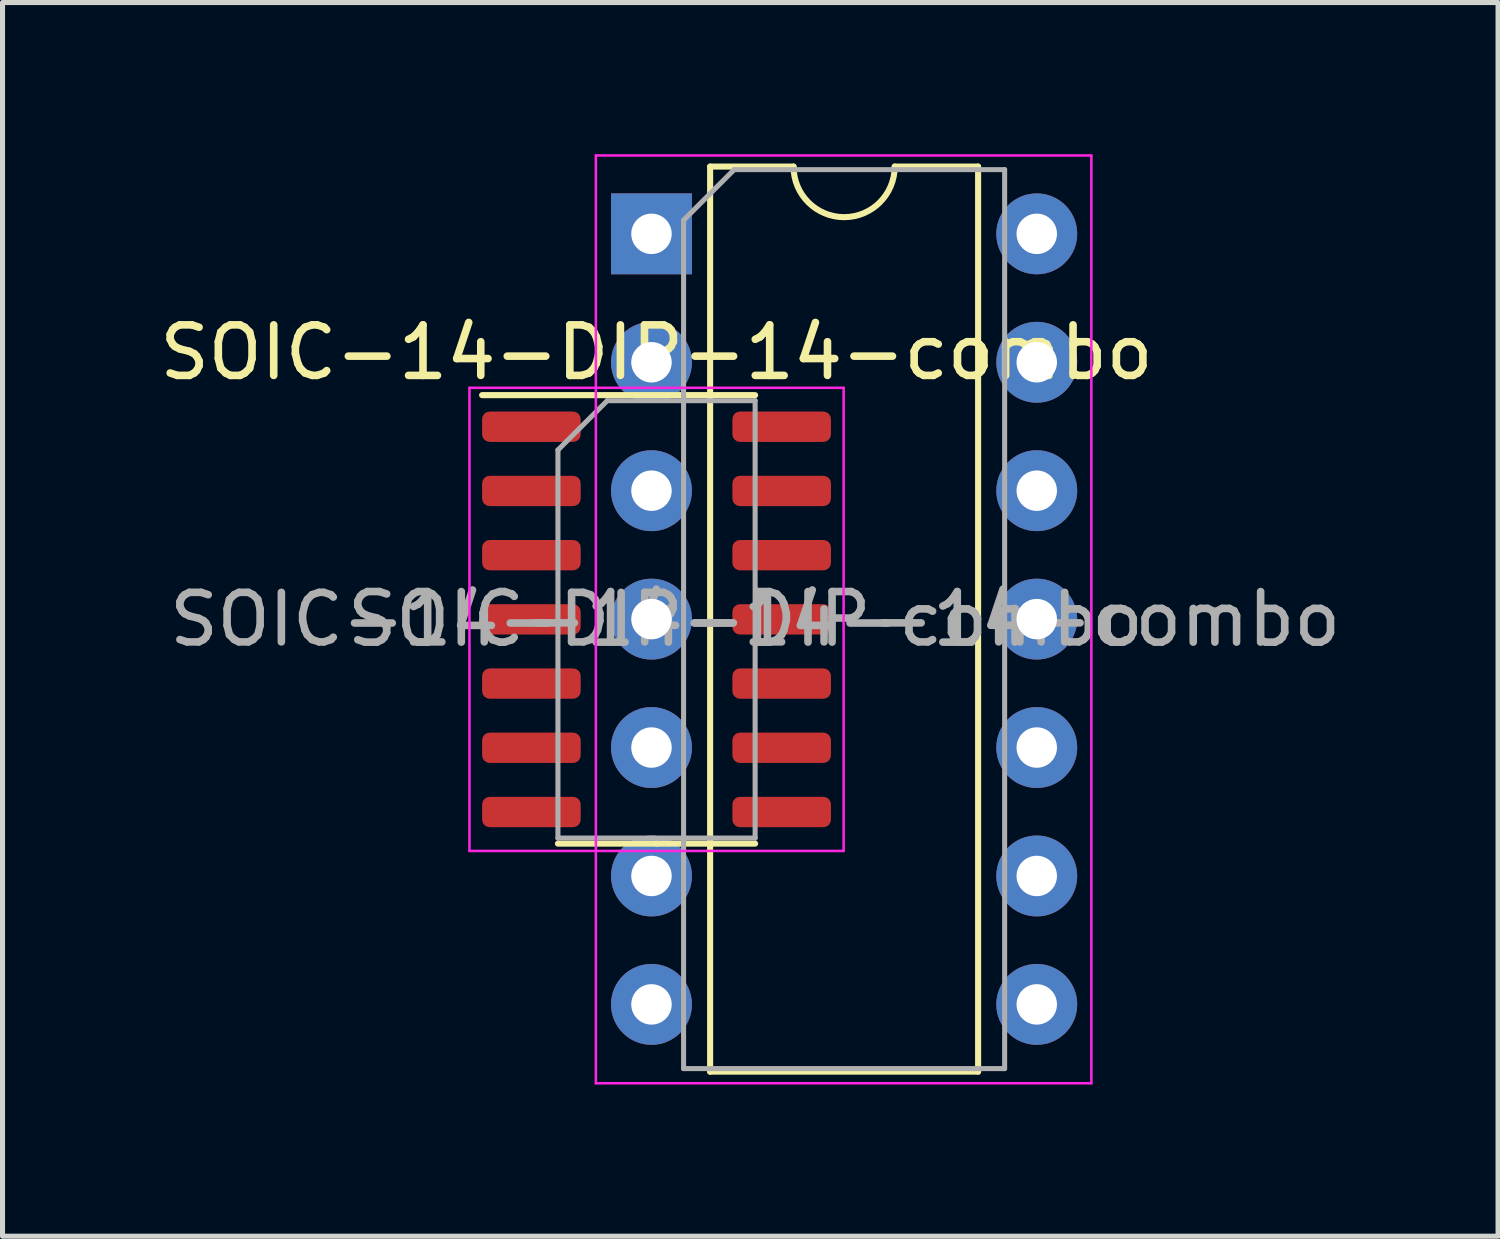
<source format=kicad_pcb>
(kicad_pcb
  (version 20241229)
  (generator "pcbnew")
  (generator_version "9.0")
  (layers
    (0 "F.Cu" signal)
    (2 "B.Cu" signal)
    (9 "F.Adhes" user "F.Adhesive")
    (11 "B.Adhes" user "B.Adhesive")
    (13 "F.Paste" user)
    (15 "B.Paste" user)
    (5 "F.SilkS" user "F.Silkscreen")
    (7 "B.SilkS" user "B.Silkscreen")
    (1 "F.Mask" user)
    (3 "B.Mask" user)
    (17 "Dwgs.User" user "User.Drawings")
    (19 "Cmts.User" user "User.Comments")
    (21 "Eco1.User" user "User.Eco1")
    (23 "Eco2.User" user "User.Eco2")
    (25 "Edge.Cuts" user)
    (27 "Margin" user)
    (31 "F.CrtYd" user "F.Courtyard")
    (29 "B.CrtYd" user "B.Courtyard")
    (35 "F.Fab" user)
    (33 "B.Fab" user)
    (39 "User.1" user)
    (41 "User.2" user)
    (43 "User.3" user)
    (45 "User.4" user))
  (footprint "SOIC-14-DIP-14-combo"
    (layer "F.Cu")
    (at 9.935 9.2)
    (property "Reference" "SOIC-14-DIP-14-combo" (at 0 -5.28 0) (layer "F.SilkS") (effects (font (size 1 1) (thickness 0.15))))
    (attr smd)
    (fp_line (start 0 -4.435) (end -3.45 -4.435) (stroke (width 0.12) (type solid)) (layer "F.SilkS"))
    (fp_line (start 0 -4.435) (end 1.95 -4.435) (stroke (width 0.12) (type solid)) (layer "F.SilkS"))
    (fp_line (start 0 4.435) (end -1.95 4.435) (stroke (width 0.12) (type solid)) (layer "F.SilkS"))
    (fp_line (start 0 4.435) (end 1.95 4.435) (stroke (width 0.12) (type solid)) (layer "F.SilkS"))
    (fp_line (start 1.06 -8.955) (end 1.06 8.945) (stroke (width 0.12) (type solid)) (layer "F.SilkS"))
    (fp_line (start 1.06 8.945) (end 6.36 8.945) (stroke (width 0.12) (type solid)) (layer "F.SilkS"))
    (fp_line (start 2.71 -8.955) (end 1.06 -8.955) (stroke (width 0.12) (type solid)) (layer "F.SilkS"))
    (fp_line (start 6.36 -8.955) (end 4.71 -8.955) (stroke (width 0.12) (type solid)) (layer "F.SilkS"))
    (fp_line (start 6.36 8.945) (end 6.36 -8.955) (stroke (width 0.12) (type solid)) (layer "F.SilkS"))
    (fp_arc (start 4.71 -8.955) (mid 3.71 -7.955) (end 2.71 -8.955) (stroke (width 0.12) (type solid)) (layer "F.SilkS"))
    (fp_line (start -3.7 -4.58) (end -3.7 4.58) (stroke (width 0.05) (type solid)) (layer "F.CrtYd"))
    (fp_line (start -3.7 4.58) (end 3.7 4.58) (stroke (width 0.05) (type solid)) (layer "F.CrtYd"))
    (fp_line (start -1.2 -9.175) (end -1.2 9.175) (stroke (width 0.05) (type solid)) (layer "F.CrtYd"))
    (fp_line (start -1.2 9.175) (end 8.6 9.175) (stroke (width 0.05) (type solid)) (layer "F.CrtYd"))
    (fp_line (start 3.7 -4.58) (end -3.7 -4.58) (stroke (width 0.05) (type solid)) (layer "F.CrtYd"))
    (fp_line (start 3.7 4.58) (end 3.7 -4.58) (stroke (width 0.05) (type solid)) (layer "F.CrtYd"))
    (fp_line (start 8.6 -9.175) (end -1.2 -9.175) (stroke (width 0.05) (type solid)) (layer "F.CrtYd"))
    (fp_line (start 8.6 9.175) (end 8.6 -9.175) (stroke (width 0.05) (type solid)) (layer "F.CrtYd"))
    (fp_line (start -1.95 -3.35) (end -0.975 -4.325) (stroke (width 0.1) (type solid)) (layer "F.Fab"))
    (fp_line (start -1.95 4.325) (end -1.95 -3.35) (stroke (width 0.1) (type solid)) (layer "F.Fab"))
    (fp_line (start -0.975 -4.325) (end 1.95 -4.325) (stroke (width 0.1) (type solid)) (layer "F.Fab"))
    (fp_line (start 0.535 -7.895) (end 1.535 -8.895) (stroke (width 0.1) (type solid)) (layer "F.Fab"))
    (fp_line (start 0.535 8.885) (end 0.535 -7.895) (stroke (width 0.1) (type solid)) (layer "F.Fab"))
    (fp_line (start 1.535 -8.895) (end 6.885 -8.895) (stroke (width 0.1) (type solid)) (layer "F.Fab"))
    (fp_line (start 1.95 -4.325) (end 1.95 4.325) (stroke (width 0.1) (type solid)) (layer "F.Fab"))
    (fp_line (start 1.95 4.325) (end -1.95 4.325) (stroke (width 0.1) (type solid)) (layer "F.Fab"))
    (fp_line (start 6.885 -8.895) (end 6.885 8.885) (stroke (width 0.1) (type solid)) (layer "F.Fab"))
    (fp_line (start 6.885 8.885) (end 0.535 8.885) (stroke (width 0.1) (type solid)) (layer "F.Fab"))
    (fp_text user "${REFERENCE}" (at 3.71 -0.005 0) (layer "F.Fab") (effects (font (size 1 1) (thickness 0.15))))
    (fp_text user "${REFERENCE}" (at 0 0 0) (layer "F.Fab") (effects (font (size 0.98 0.98) (thickness 0.15))))
    (pad "1" smd roundrect (at -2.475 -3.81) (size 1.95 0.6) (layers "F.Cu" "F.Mask" "F.Paste") (roundrect_rratio 0.25))
    (pad "1" thru_hole rect (at -0.1 -7.625) (size 1.6 1.6) (drill 0.8) (layers "*.Cu" "*.Mask"))
    (pad "2" smd roundrect (at -2.475 -2.54) (size 1.95 0.6) (layers "F.Cu" "F.Mask" "F.Paste") (roundrect_rratio 0.25))
    (pad "2" thru_hole oval (at -0.1 -5.085) (size 1.6 1.6) (drill 0.8) (layers "*.Cu" "*.Mask"))
    (pad "3" smd roundrect (at -2.475 -1.27) (size 1.95 0.6) (layers "F.Cu" "F.Mask" "F.Paste") (roundrect_rratio 0.25))
    (pad "3" thru_hole oval (at -0.1 -2.545) (size 1.6 1.6) (drill 0.8) (layers "*.Cu" "*.Mask"))
    (pad "4" smd roundrect (at -2.475 0) (size 1.95 0.6) (layers "F.Cu" "F.Mask" "F.Paste") (roundrect_rratio 0.25))
    (pad "4" thru_hole oval (at -0.1 -0.005) (size 1.6 1.6) (drill 0.8) (layers "*.Cu" "*.Mask"))
    (pad "5" smd roundrect (at -2.475 1.27) (size 1.95 0.6) (layers "F.Cu" "F.Mask" "F.Paste") (roundrect_rratio 0.25))
    (pad "5" thru_hole oval (at -0.1 2.535) (size 1.6 1.6) (drill 0.8) (layers "*.Cu" "*.Mask"))
    (pad "6" smd roundrect (at -2.475 2.54) (size 1.95 0.6) (layers "F.Cu" "F.Mask" "F.Paste") (roundrect_rratio 0.25))
    (pad "6" thru_hole oval (at -0.1 5.075) (size 1.6 1.6) (drill 0.8) (layers "*.Cu" "*.Mask"))
    (pad "7" smd roundrect (at -2.475 3.81) (size 1.95 0.6) (layers "F.Cu" "F.Mask" "F.Paste") (roundrect_rratio 0.25))
    (pad "7" thru_hole oval (at -0.1 7.615) (size 1.6 1.6) (drill 0.8) (layers "*.Cu" "*.Mask"))
    (pad "8" smd roundrect (at 2.475 3.81) (size 1.95 0.6) (layers "F.Cu" "F.Mask" "F.Paste") (roundrect_rratio 0.25))
    (pad "8" thru_hole oval (at 7.52 7.615) (size 1.6 1.6) (drill 0.8) (layers "*.Cu" "*.Mask"))
    (pad "9" smd roundrect (at 2.475 2.54) (size 1.95 0.6) (layers "F.Cu" "F.Mask" "F.Paste") (roundrect_rratio 0.25))
    (pad "9" thru_hole oval (at 7.52 5.075) (size 1.6 1.6) (drill 0.8) (layers "*.Cu" "*.Mask"))
    (pad "10" smd roundrect (at 2.475 1.27) (size 1.95 0.6) (layers "F.Cu" "F.Mask" "F.Paste") (roundrect_rratio 0.25))
    (pad "10" thru_hole oval (at 7.52 2.535) (size 1.6 1.6) (drill 0.8) (layers "*.Cu" "*.Mask"))
    (pad "11" smd roundrect (at 2.475 0) (size 1.95 0.6) (layers "F.Cu" "F.Mask" "F.Paste") (roundrect_rratio 0.25))
    (pad "11" thru_hole oval (at 7.52 -0.005) (size 1.6 1.6) (drill 0.8) (layers "*.Cu" "*.Mask"))
    (pad "12" smd roundrect (at 2.475 -1.27) (size 1.95 0.6) (layers "F.Cu" "F.Mask" "F.Paste") (roundrect_rratio 0.25))
    (pad "12" thru_hole oval (at 7.52 -2.545) (size 1.6 1.6) (drill 0.8) (layers "*.Cu" "*.Mask"))
    (pad "13" smd roundrect (at 2.475 -2.54) (size 1.95 0.6) (layers "F.Cu" "F.Mask" "F.Paste") (roundrect_rratio 0.25))
    (pad "13" thru_hole oval (at 7.52 -5.085) (size 1.6 1.6) (drill 0.8) (layers "*.Cu" "*.Mask"))
    (pad "14" smd roundrect (at 2.475 -3.81) (size 1.95 0.6) (layers "F.Cu" "F.Mask" "F.Paste") (roundrect_rratio 0.25))
    (pad "14" thru_hole oval (at 7.52 -7.625) (size 1.6 1.6) (drill 0.8) (layers "*.Cu" "*.Mask")))
  (gr_rect
    (start -3 -3)
    (end 26.579 21.4)
    (stroke (width 0.1) (type default))
    (fill no)
    (layer "Edge.Cuts")))
</source>
